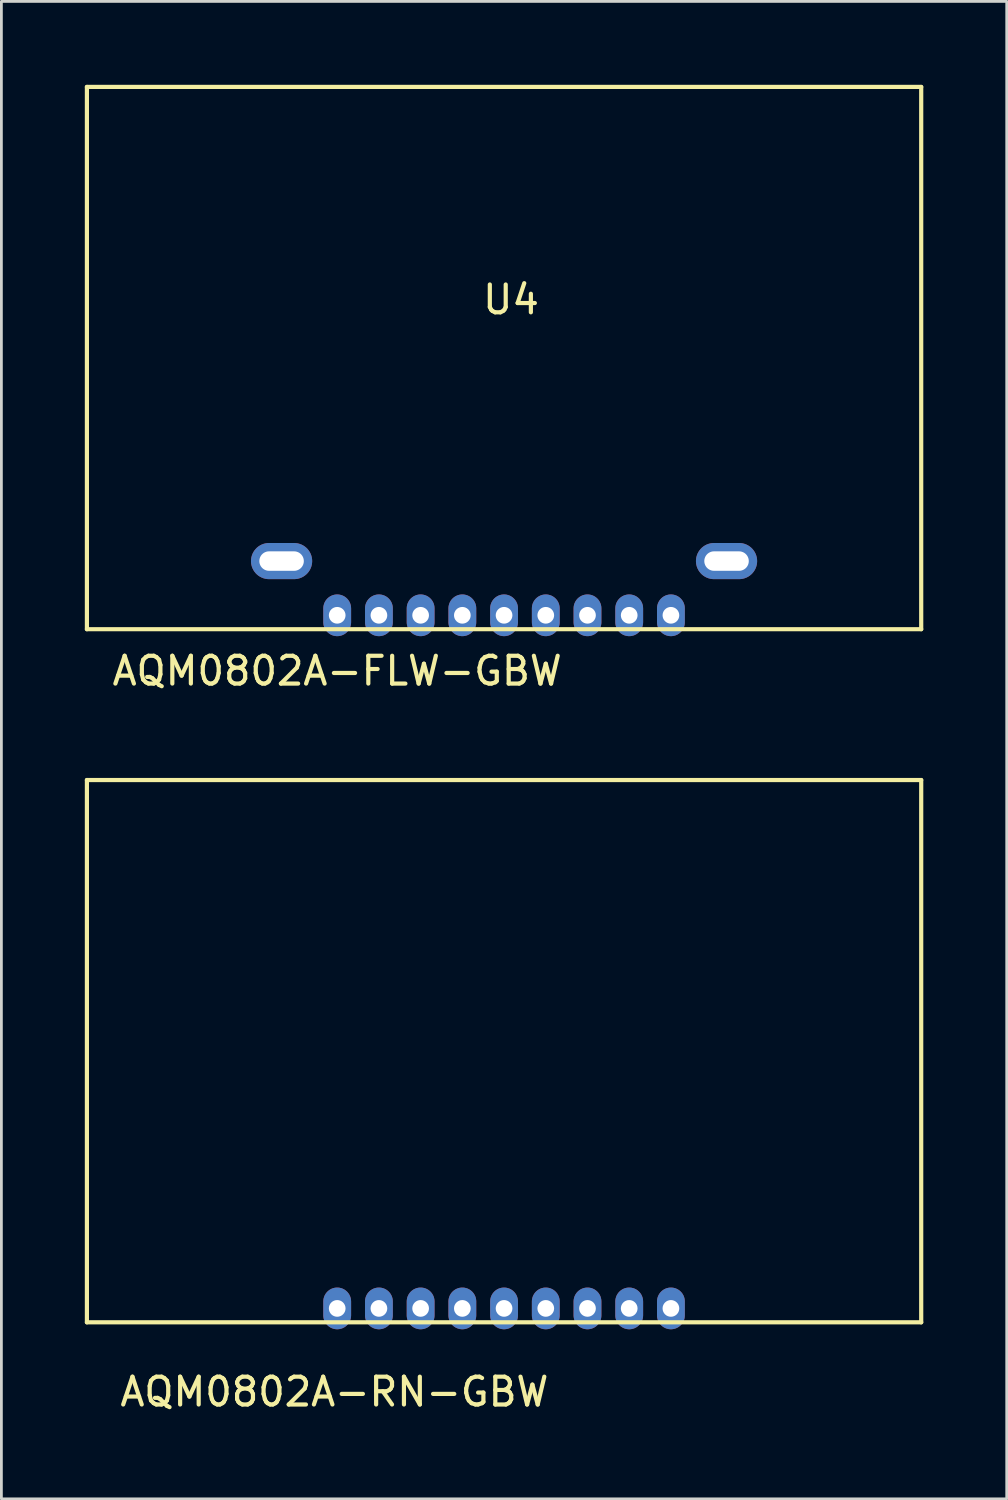
<source format=kicad_pcb>
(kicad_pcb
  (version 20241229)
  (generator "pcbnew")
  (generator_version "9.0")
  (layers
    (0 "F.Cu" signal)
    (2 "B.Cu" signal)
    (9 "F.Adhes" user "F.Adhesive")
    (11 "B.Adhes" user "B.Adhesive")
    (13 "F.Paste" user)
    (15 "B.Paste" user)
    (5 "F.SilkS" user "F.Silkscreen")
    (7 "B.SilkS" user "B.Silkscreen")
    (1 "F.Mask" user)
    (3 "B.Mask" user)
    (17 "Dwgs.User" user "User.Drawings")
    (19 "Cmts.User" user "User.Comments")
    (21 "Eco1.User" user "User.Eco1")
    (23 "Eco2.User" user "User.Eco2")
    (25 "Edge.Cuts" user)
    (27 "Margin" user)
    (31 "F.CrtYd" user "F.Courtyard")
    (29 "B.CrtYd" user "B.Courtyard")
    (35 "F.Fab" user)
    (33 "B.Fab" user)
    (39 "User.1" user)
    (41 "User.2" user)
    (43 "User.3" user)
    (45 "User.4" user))
  (footprint "AQM0802A-FLW-GBW"
    (layer "F.Cu")
    (at 9.075 19.075)
    (property "Reference" "AQM0802A-FLW-GBW" (at 0 2 0) (layer "F.SilkS") (effects (font (size 1 1) (thickness 0.15))))
    (attr through_hole)
    (fp_line (start -9 -19) (end -9 0.5) (stroke (width 0.15) (type solid)) (layer "F.SilkS"))
    (fp_line (start -9 0.5) (end 21 0.5) (stroke (width 0.15) (type solid)) (layer "F.SilkS"))
    (fp_line (start 21 -19) (end -9 -19) (stroke (width 0.15) (type solid)) (layer "F.SilkS"))
    (fp_line (start 21 0.5) (end 21 -19) (stroke (width 0.15) (type solid)) (layer "F.SilkS"))
    (fp_text user "U4" (at 6.25 -11.35 0) (layer "F.SilkS") (effects (font (size 1 1) (thickness 0.15))))
    (pad "1" thru_hole oval (at 0 0) (size 1 1.5) (drill 0.6) (layers "*.Cu" "*.Mask"))
    (pad "2" thru_hole oval (at 1.5 0) (size 1 1.5) (drill 0.6) (layers "*.Cu" "*.Mask"))
    (pad "3" thru_hole oval (at 3 0) (size 1 1.5) (drill 0.6) (layers "*.Cu" "*.Mask"))
    (pad "4" thru_hole oval (at 4.5 0) (size 1 1.5) (drill 0.6) (layers "*.Cu" "*.Mask"))
    (pad "5" thru_hole oval (at 6 0) (size 1 1.5) (drill 0.6) (layers "*.Cu" "*.Mask"))
    (pad "6" thru_hole oval (at 7.5 0) (size 1 1.5) (drill 0.6) (layers "*.Cu" "*.Mask"))
    (pad "7" thru_hole oval (at 9 0) (size 1 1.5) (drill 0.6) (layers "*.Cu" "*.Mask"))
    (pad "8" thru_hole oval (at 10.5 0) (size 1 1.5) (drill 0.6) (layers "*.Cu" "*.Mask"))
    (pad "9" thru_hole oval (at 12 0) (size 1 1.5) (drill 0.6) (layers "*.Cu" "*.Mask"))
    (pad "A" thru_hole oval (at -2 -1.95) (size 2.2 1.3) (drill oval 1.6 0.7) (layers "*.Cu" "*.Mask"))
    (pad "K" thru_hole oval (at 14 -1.95) (size 2.2 1.3) (drill oval 1.6 0.7) (layers "*.Cu" "*.Mask")))
  (footprint "AQM0802A-RN-GBW"
    (layer "F.Cu")
    (at 9.075 44.098)
    (property "Reference" "AQM0802A-RN-GBW" (at -0.1 2.9 0) (layer "F.SilkS") (effects (font (size 1 1) (thickness 0.15))))
    (attr through_hole)
    (fp_line (start -9 -19.1) (end -9 0.4) (stroke (width 0.15) (type solid)) (layer "F.SilkS"))
    (fp_line (start -9 0.4) (end 21 0.4) (stroke (width 0.15) (type solid)) (layer "F.SilkS"))
    (fp_line (start 21 -19.1) (end -9 -19.1) (stroke (width 0.15) (type solid)) (layer "F.SilkS"))
    (fp_line (start 21 0.4) (end 21 -19.1) (stroke (width 0.15) (type solid)) (layer "F.SilkS"))
    (pad "1" thru_hole oval (at 0 -0.1) (size 1 1.5) (drill 0.6) (layers "*.Cu" "*.Mask"))
    (pad "2" thru_hole oval (at 1.5 -0.1) (size 1 1.5) (drill 0.6) (layers "*.Cu" "*.Mask"))
    (pad "3" thru_hole oval (at 3 -0.1) (size 1 1.5) (drill 0.6) (layers "*.Cu" "*.Mask"))
    (pad "4" thru_hole oval (at 4.5 -0.1) (size 1 1.5) (drill 0.6) (layers "*.Cu" "*.Mask"))
    (pad "5" thru_hole oval (at 6 -0.1) (size 1 1.5) (drill 0.6) (layers "*.Cu" "*.Mask"))
    (pad "6" thru_hole oval (at 7.5 -0.1) (size 1 1.5) (drill 0.6) (layers "*.Cu" "*.Mask"))
    (pad "7" thru_hole oval (at 9 -0.1) (size 1 1.5) (drill 0.6) (layers "*.Cu" "*.Mask"))
    (pad "8" thru_hole oval (at 10.5 -0.1) (size 1 1.5) (drill 0.6) (layers "*.Cu" "*.Mask"))
    (pad "9" thru_hole oval (at 12 -0.1) (size 1 1.5) (drill 0.6) (layers "*.Cu" "*.Mask")))
  (gr_rect
    (start -3 -3)
    (end 33.15 50.846)
    (stroke (width 0.1) (type default))
    (fill no)
    (layer "Edge.Cuts")))
</source>
